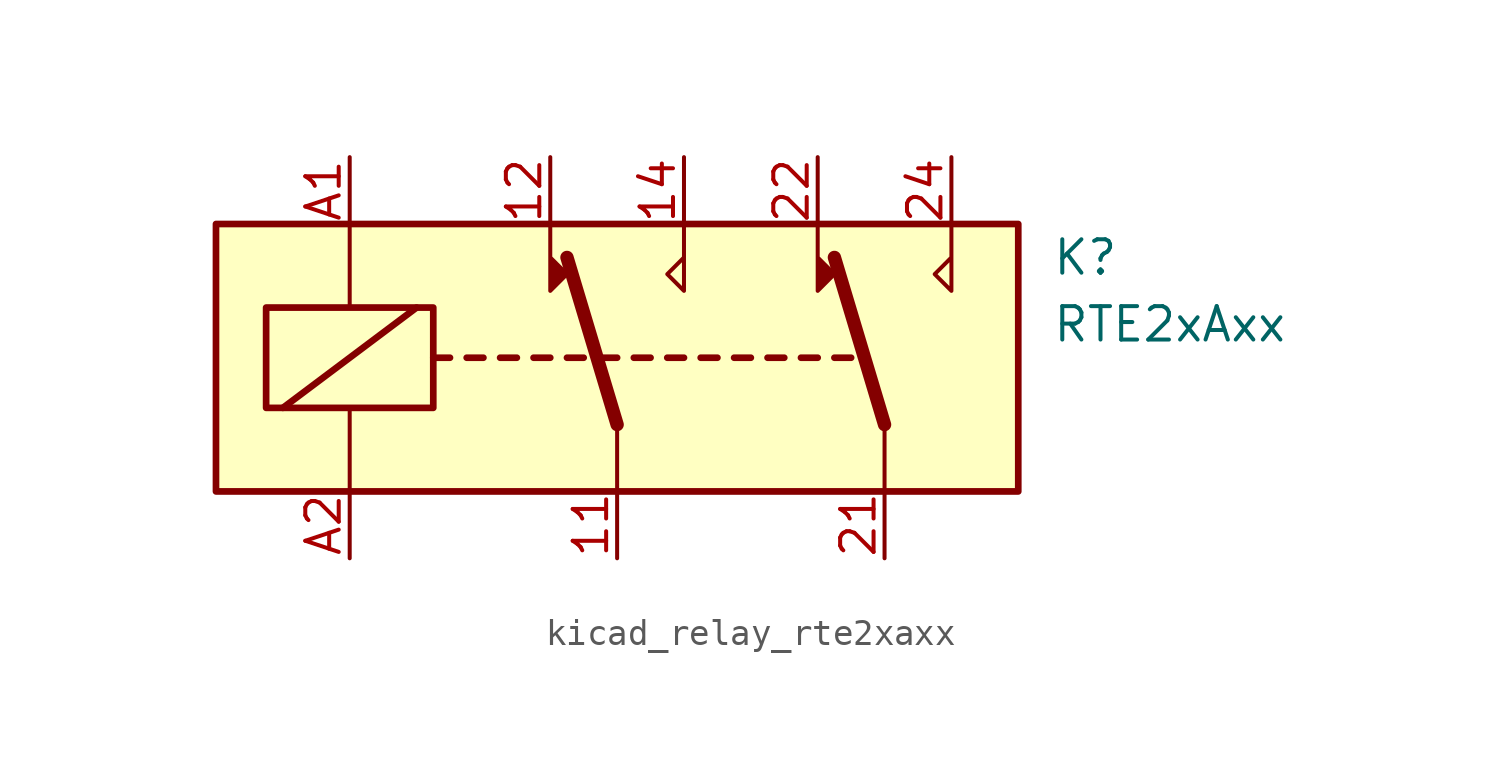
<source format=kicad_sym>
(kicad_symbol_lib
  (version 20220914)
  (generator kicad_symbol_editor)
  (symbol "kicad_relay_rte2xaxx"
    (property "Reference" "K"
      (at 16.51 3.81 0)
      (effects (font (size 1.27 1.27)) (justify left)))
    (property "Value" "RTE2xAxx"
      (at 16.51 1.27 0)
      (effects (font (size 1.27 1.27)) (justify left)))
    (symbol "kicad_relay_rte2xaxx_0_0"
      (polyline (pts (xy -7.62 1.905) (xy -12.7 -1.905)) (stroke (width 0.254) (type default)) (fill (type none))))
    (symbol "kicad_relay_rte2xaxx_0_1"
      (rectangle (start -15.24 5.08) (end 15.24 -5.08) (stroke (width 0.254) (type default)) (fill (type background)))
      (rectangle (start -13.335 1.905) (end -6.985 -1.905) (stroke (width 0.254) (type default)) (fill (type none)))
      (polyline (pts (xy -10.16 -5.08) (xy -10.16 -1.905)) (stroke (width 0) (type default)) (fill (type none)))
      (polyline (pts (xy -10.16 5.08) (xy -10.16 1.905)) (stroke (width 0) (type default)) (fill (type none)))
      (polyline (pts (xy -6.985 0) (xy -6.35 0)) (stroke (width 0.254) (type default)) (fill (type none)))
      (polyline (pts (xy -5.715 0) (xy -5.08 0)) (stroke (width 0.254) (type default)) (fill (type none)))
      (polyline (pts (xy -4.445 0) (xy -3.81 0)) (stroke (width 0.254) (type default)) (fill (type none)))
      (polyline (pts (xy -3.175 0) (xy -2.54 0)) (stroke (width 0.254) (type default)) (fill (type none)))
      (polyline (pts (xy -1.905 0) (xy -1.27 0)) (stroke (width 0.254) (type default)) (fill (type none)))
      (polyline (pts (xy -0.635 0) (xy 0 0)) (stroke (width 0.254) (type default)) (fill (type none)))
      (polyline (pts (xy 0 -2.54) (xy -1.905 3.81)) (stroke (width 0.508) (type default)) (fill (type none)))
      (polyline (pts (xy 0 -2.54) (xy 0 -5.08)) (stroke (width 0) (type default)) (fill (type none)))
      (polyline (pts (xy 0.635 0) (xy 1.27 0)) (stroke (width 0.254) (type default)) (fill (type none)))
      (polyline (pts (xy 1.905 0) (xy 2.54 0)) (stroke (width 0.254) (type default)) (fill (type none)))
      (polyline (pts (xy 3.175 0) (xy 3.81 0)) (stroke (width 0.254) (type default)) (fill (type none)))
      (polyline (pts (xy 4.445 0) (xy 5.08 0)) (stroke (width 0.254) (type default)) (fill (type none)))
      (polyline (pts (xy 5.715 0) (xy 6.35 0)) (stroke (width 0.254) (type default)) (fill (type none)))
      (polyline (pts (xy 6.985 0) (xy 7.62 0)) (stroke (width 0.254) (type default)) (fill (type none)))
      (polyline (pts (xy 8.255 0) (xy 8.89 0)) (stroke (width 0.254) (type default)) (fill (type none)))
      (polyline (pts (xy 10.16 -2.54) (xy 8.255 3.81)) (stroke (width 0.508) (type default)) (fill (type none)))
      (polyline (pts (xy 10.16 -2.54) (xy 10.16 -5.08)) (stroke (width 0) (type default)) (fill (type none)))
      (polyline (pts (xy -2.54 5.08) (xy -2.54 2.54) (xy -1.905 3.175) (xy -2.54 3.81)) (stroke (width 0) (type default)) (fill (type outline)))
      (polyline (pts (xy 2.54 5.08) (xy 2.54 2.54) (xy 1.905 3.175) (xy 2.54 3.81)) (stroke (width 0) (type default)) (fill (type none)))
      (polyline (pts (xy 7.62 5.08) (xy 7.62 2.54) (xy 8.255 3.175) (xy 7.62 3.81)) (stroke (width 0) (type default)) (fill (type outline)))
      (polyline (pts (xy 12.7 5.08) (xy 12.7 2.54) (xy 12.065 3.175) (xy 12.7 3.81)) (stroke (width 0) (type default)) (fill (type none))))
    (symbol "kicad_relay_rte2xaxx_1_1"
      (pin passive line (at 0 -7.62 90) (length 2.54) (name "~" (effects (font (size 1.27 1.27)))) (number "11" (effects (font (size 1.27 1.27)))))
      (pin passive line (at -2.54 7.62 270) (length 2.54) (name "~" (effects (font (size 1.27 1.27)))) (number "12" (effects (font (size 1.27 1.27)))))
      (pin passive line (at 2.54 7.62 270) (length 2.54) (name "~" (effects (font (size 1.27 1.27)))) (number "14" (effects (font (size 1.27 1.27)))))
      (pin passive line (at 10.16 -7.62 90) (length 2.54) (name "~" (effects (font (size 1.27 1.27)))) (number "21" (effects (font (size 1.27 1.27)))))
      (pin passive line (at 7.62 7.62 270) (length 2.54) (name "~" (effects (font (size 1.27 1.27)))) (number "22" (effects (font (size 1.27 1.27)))))
      (pin passive line (at 12.7 7.62 270) (length 2.54) (name "~" (effects (font (size 1.27 1.27)))) (number "24" (effects (font (size 1.27 1.27)))))
      (pin passive line (at -10.16 7.62 270) (length 2.54) (name "~" (effects (font (size 1.27 1.27)))) (number "A1" (effects (font (size 1.27 1.27)))))
      (pin passive line (at -10.16 -7.62 90) (length 2.54) (name "~" (effects (font (size 1.27 1.27)))) (number "A2" (effects (font (size 1.27 1.27))))))))
</source>
